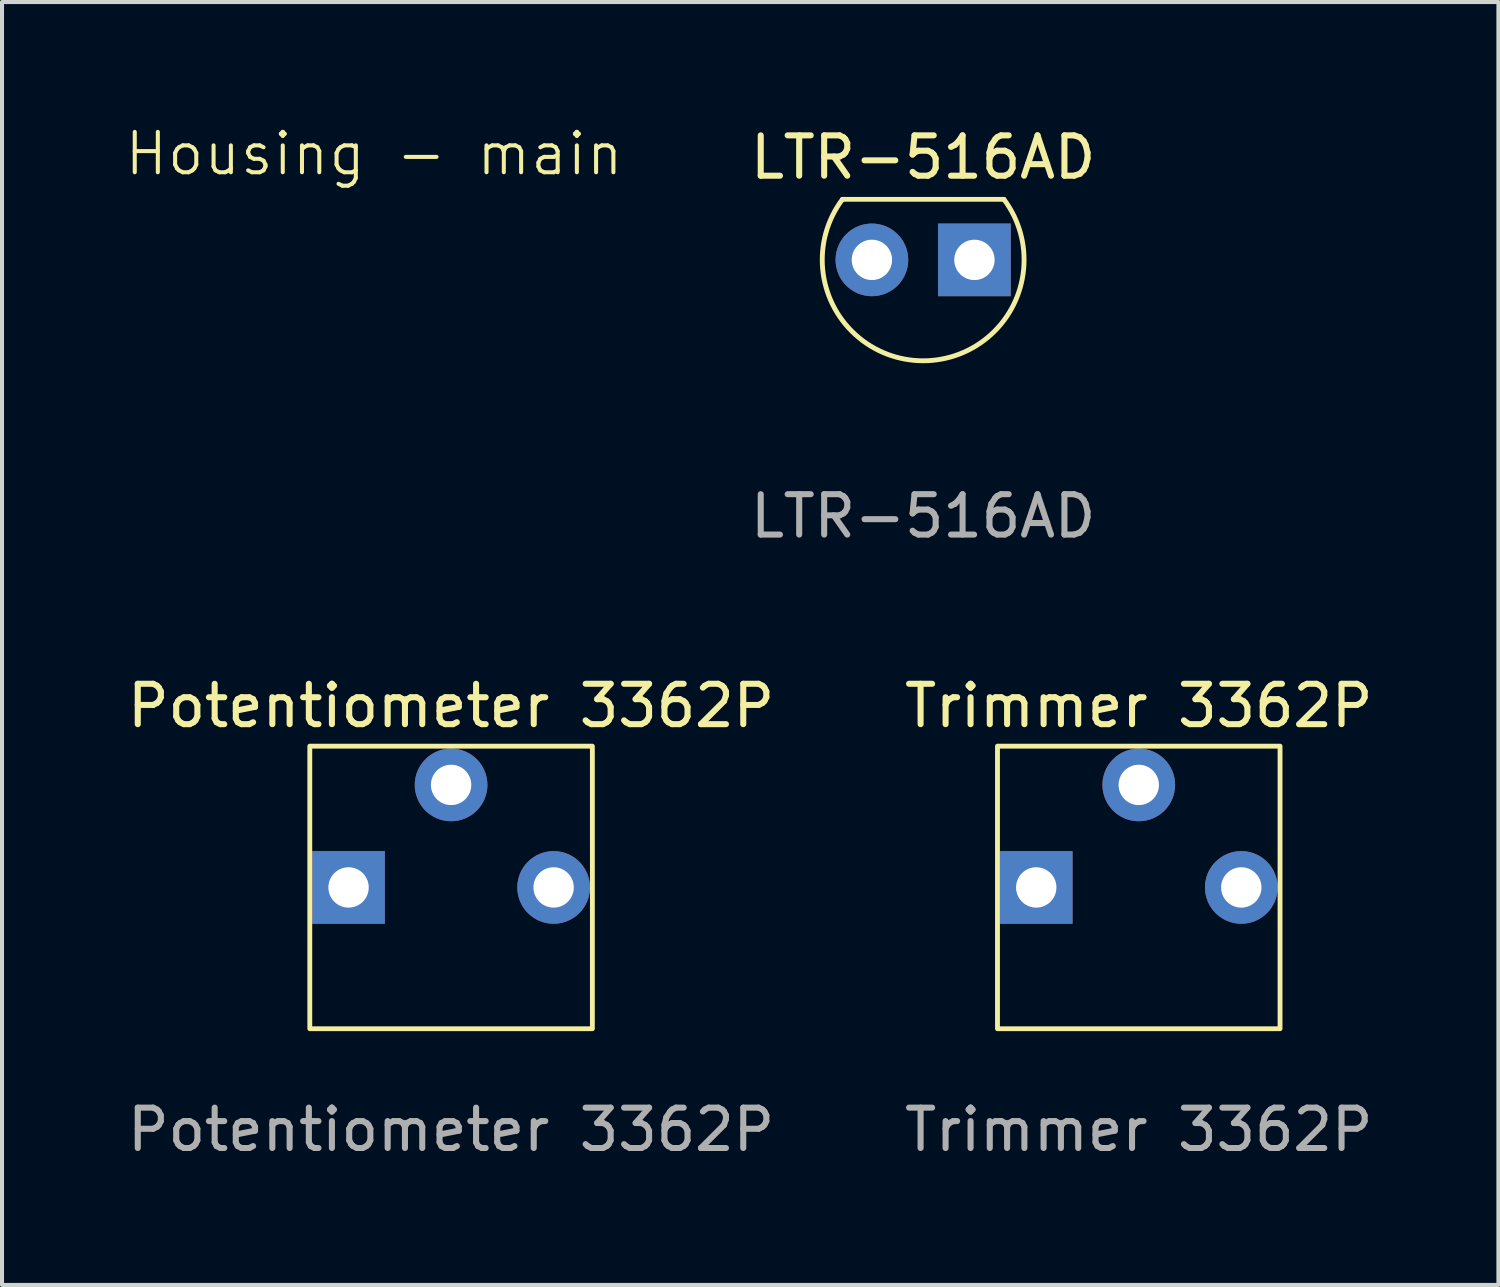
<source format=kicad_pcb>
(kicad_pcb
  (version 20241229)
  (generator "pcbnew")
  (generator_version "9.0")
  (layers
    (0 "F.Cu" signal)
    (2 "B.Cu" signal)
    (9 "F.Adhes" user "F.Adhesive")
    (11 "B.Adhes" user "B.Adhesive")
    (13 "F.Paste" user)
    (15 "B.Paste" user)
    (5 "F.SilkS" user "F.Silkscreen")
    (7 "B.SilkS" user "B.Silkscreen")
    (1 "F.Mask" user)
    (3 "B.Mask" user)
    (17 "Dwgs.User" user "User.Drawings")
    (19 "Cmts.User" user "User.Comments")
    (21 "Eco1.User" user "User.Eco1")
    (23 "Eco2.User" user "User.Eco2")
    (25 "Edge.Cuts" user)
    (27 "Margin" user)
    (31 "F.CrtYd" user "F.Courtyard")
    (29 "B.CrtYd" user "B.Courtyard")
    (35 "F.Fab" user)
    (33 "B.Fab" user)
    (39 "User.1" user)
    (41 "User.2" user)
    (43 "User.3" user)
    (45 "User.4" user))
  (footprint "Trimmer 3362P"
    (layer "F.Cu")
    (at 25.161 18.935)
    (property "Reference" "Trimmer 3362P" (at 0 -4.5 0) (unlocked yes) (layer "F.SilkS") (effects (font (size 1 1) (thickness 0.15))))
    (attr smd)
    (fp_rect (start -3.5 -3.5) (end 3.5 3.5) (stroke (width 0.12) (type solid)) (fill no) (layer "F.SilkS"))
    (fp_text user "${REFERENCE}" (at 0 6 0) (unlocked yes) (layer "F.Fab") (effects (font (size 1 1) (thickness 0.15))))
    (pad "" thru_hole circle (at 2.54 0) (size 1.8 1.8) (drill 1) (layers "*.Cu" "*.Mask"))
    (pad "1" thru_hole rect (at -2.54 0) (size 1.8 1.8) (drill 1) (layers "*.Cu" "*.Mask"))
    (pad "2" thru_hole circle (at 0 -2.54) (size 1.8 1.8) (drill 1) (layers "*.Cu" "*.Mask")))
  (footprint "LTR-516AD"
    (layer "F.Cu")
    (at 19.82 3.388)
    (property "Reference" "LTR-516AD" (at 0 -2.54 0) (unlocked yes) (layer "F.SilkS") (effects (font (size 1 1) (thickness 0.15))))
    (attr smd)
    (fp_line (start -2 -1.5) (end 2 -1.5) (stroke (width 0.12) (type solid)) (layer "F.SilkS"))
    (fp_arc (start 2 -1.5) (mid 0 2.5) (end -2 -1.5) (stroke (width 0.12) (type solid)) (layer "F.SilkS"))
    (fp_text user "${REFERENCE}" (at 0 6.35 0) (unlocked yes) (layer "F.Fab") (effects (font (size 1 1) (thickness 0.15))))
    (pad "1" thru_hole rect (at 1.27 0) (size 1.8 1.8) (drill 1) (layers "*.Cu" "*.Mask"))
    (pad "2" thru_hole circle (at -1.27 0) (size 1.8 1.8) (drill 1) (layers "*.Cu" "*.Mask")))
  (footprint "Potentiometer 3362P"
    (layer "F.Cu")
    (at 8.125 18.935)
    (property "Reference" "Potentiometer 3362P" (at 0 -4.5 0) (unlocked yes) (layer "F.SilkS") (effects (font (size 1 1) (thickness 0.15))))
    (attr smd)
    (fp_rect (start -3.5 -3.5) (end 3.5 3.5) (stroke (width 0.12) (type solid)) (fill no) (layer "F.SilkS"))
    (fp_text user "${REFERENCE}" (at 0 6 0) (unlocked yes) (layer "F.Fab") (effects (font (size 1 1) (thickness 0.15))))
    (pad "1" thru_hole rect (at -2.54 0) (size 1.8 1.8) (drill 1) (layers "*.Cu" "*.Mask"))
    (pad "2" thru_hole circle (at 0 -2.54) (size 1.8 1.8) (drill 1) (layers "*.Cu" "*.Mask"))
    (pad "3" thru_hole circle (at 2.54 0) (size 1.8 1.8) (drill 1) (layers "*.Cu" "*.Mask")))
  (footprint "Housing - main"
    (layer "F.Cu")
    (at 6.217 1.26)
    (property "Reference" "Housing - main" (at 0 -0.5 0) (unlocked yes) (layer "F.SilkS") (effects (font (size 1 1) (thickness 0.1))))
    (fp_line (start -0.5 -0.5) (end 0.5 0.5) (stroke (width 0.1) (type default)) (layer "User.4"))
    (fp_line (start 0.5 -0.5) (end -0.5 0.5) (stroke (width 0.1) (type default)) (layer "User.4"))
    (fp_circle (center 0 0) (end 0.5 -0.5) (stroke (width 0.1) (type solid)) (fill no) (layer "User.4")))
  (gr_rect
    (start -3 -3)
    (end 34.071 28.783)
    (stroke (width 0.1) (type default))
    (fill no)
    (layer "Edge.Cuts")))
</source>
